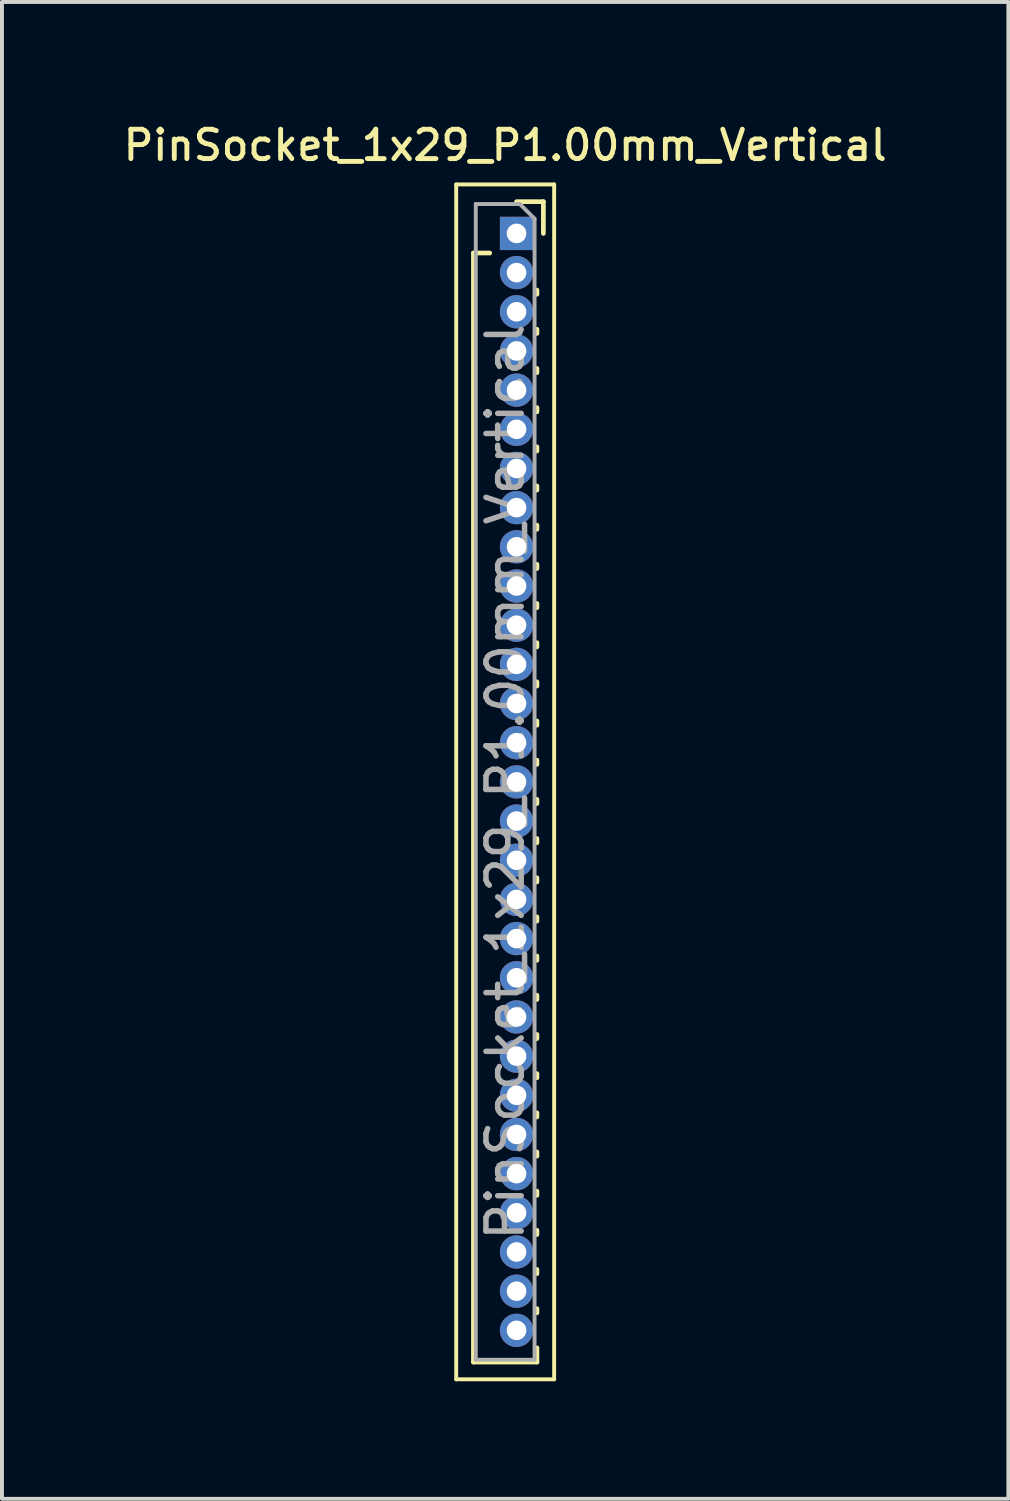
<source format=kicad_pcb>
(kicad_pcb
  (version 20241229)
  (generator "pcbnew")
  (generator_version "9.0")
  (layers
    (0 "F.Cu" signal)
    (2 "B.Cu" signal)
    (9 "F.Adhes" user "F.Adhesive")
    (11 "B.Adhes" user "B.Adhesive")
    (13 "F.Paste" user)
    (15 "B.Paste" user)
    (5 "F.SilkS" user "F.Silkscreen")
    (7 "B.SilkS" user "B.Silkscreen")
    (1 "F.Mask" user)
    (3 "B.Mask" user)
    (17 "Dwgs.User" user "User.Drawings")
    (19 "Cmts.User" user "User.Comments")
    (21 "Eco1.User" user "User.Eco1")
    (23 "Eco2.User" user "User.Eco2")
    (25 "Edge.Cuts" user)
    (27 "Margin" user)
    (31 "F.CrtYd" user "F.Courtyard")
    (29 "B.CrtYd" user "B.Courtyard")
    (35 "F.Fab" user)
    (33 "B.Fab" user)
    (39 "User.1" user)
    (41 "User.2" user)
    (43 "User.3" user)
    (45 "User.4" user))
  (footprint "PinSocket_1x29_P1.00mm_Vertical"
    (layer "F.Cu")
    (at 10.135 2.908)
    (property "Reference" "PinSocket_1x29_P1.00mm_Vertical" (at -0.29 -2.25 0) (layer "F.SilkS") (effects (font (size 0.75 0.75) (thickness 0.125))))
    (attr through_hole)
    (fp_line (start -1.54 -1.25) (end 0.96 -1.25) (stroke (width 0.1) (type solid)) (layer "F.SilkS"))
    (fp_line (start -1.54 29.25) (end -1.54 -1.25) (stroke (width 0.1) (type solid)) (layer "F.SilkS"))
    (fp_line (start -1.1 0.5) (end -1.1 28.81) (stroke (width 0.12) (type solid)) (layer "F.SilkS"))
    (fp_line (start -1.1 0.5) (end -0.685 0.5) (stroke (width 0.12) (type solid)) (layer "F.SilkS"))
    (fp_line (start -1.1 28.81) (end 0.52 28.81) (stroke (width 0.12) (type solid)) (layer "F.SilkS"))
    (fp_line (start 0 -0.81) (end 0.685 -0.81) (stroke (width 0.12) (type solid)) (layer "F.SilkS"))
    (fp_line (start 0.52 1.446) (end 0.52 1.554) (stroke (width 0.12) (type solid)) (layer "F.SilkS"))
    (fp_line (start 0.52 2.446) (end 0.52 2.554) (stroke (width 0.12) (type solid)) (layer "F.SilkS"))
    (fp_line (start 0.52 3.446) (end 0.52 3.554) (stroke (width 0.12) (type solid)) (layer "F.SilkS"))
    (fp_line (start 0.52 4.446) (end 0.52 4.554) (stroke (width 0.12) (type solid)) (layer "F.SilkS"))
    (fp_line (start 0.52 5.446) (end 0.52 5.554) (stroke (width 0.12) (type solid)) (layer "F.SilkS"))
    (fp_line (start 0.52 6.446) (end 0.52 6.554) (stroke (width 0.12) (type solid)) (layer "F.SilkS"))
    (fp_line (start 0.52 7.446) (end 0.52 7.554) (stroke (width 0.12) (type solid)) (layer "F.SilkS"))
    (fp_line (start 0.52 8.446) (end 0.52 8.554) (stroke (width 0.12) (type solid)) (layer "F.SilkS"))
    (fp_line (start 0.52 9.446) (end 0.52 9.554) (stroke (width 0.12) (type solid)) (layer "F.SilkS"))
    (fp_line (start 0.52 10.446) (end 0.52 10.554) (stroke (width 0.12) (type solid)) (layer "F.SilkS"))
    (fp_line (start 0.52 11.446) (end 0.52 11.554) (stroke (width 0.12) (type solid)) (layer "F.SilkS"))
    (fp_line (start 0.52 12.446) (end 0.52 12.554) (stroke (width 0.12) (type solid)) (layer "F.SilkS"))
    (fp_line (start 0.52 13.446) (end 0.52 13.554) (stroke (width 0.12) (type solid)) (layer "F.SilkS"))
    (fp_line (start 0.52 14.446) (end 0.52 14.554) (stroke (width 0.12) (type solid)) (layer "F.SilkS"))
    (fp_line (start 0.52 15.446) (end 0.52 15.554) (stroke (width 0.12) (type solid)) (layer "F.SilkS"))
    (fp_line (start 0.52 16.446) (end 0.52 16.554) (stroke (width 0.12) (type solid)) (layer "F.SilkS"))
    (fp_line (start 0.52 17.446) (end 0.52 17.554) (stroke (width 0.12) (type solid)) (layer "F.SilkS"))
    (fp_line (start 0.52 18.446) (end 0.52 18.554) (stroke (width 0.12) (type solid)) (layer "F.SilkS"))
    (fp_line (start 0.52 19.446) (end 0.52 19.554) (stroke (width 0.12) (type solid)) (layer "F.SilkS"))
    (fp_line (start 0.52 20.446) (end 0.52 20.554) (stroke (width 0.12) (type solid)) (layer "F.SilkS"))
    (fp_line (start 0.52 21.446) (end 0.52 21.554) (stroke (width 0.12) (type solid)) (layer "F.SilkS"))
    (fp_line (start 0.52 22.446) (end 0.52 22.554) (stroke (width 0.12) (type solid)) (layer "F.SilkS"))
    (fp_line (start 0.52 23.446) (end 0.52 23.554) (stroke (width 0.12) (type solid)) (layer "F.SilkS"))
    (fp_line (start 0.52 24.446) (end 0.52 24.554) (stroke (width 0.12) (type solid)) (layer "F.SilkS"))
    (fp_line (start 0.52 25.446) (end 0.52 25.554) (stroke (width 0.12) (type solid)) (layer "F.SilkS"))
    (fp_line (start 0.52 26.446) (end 0.52 26.554) (stroke (width 0.12) (type solid)) (layer "F.SilkS"))
    (fp_line (start 0.52 27.446) (end 0.52 27.554) (stroke (width 0.12) (type solid)) (layer "F.SilkS"))
    (fp_line (start 0.52 28.446) (end 0.52 28.81) (stroke (width 0.12) (type solid)) (layer "F.SilkS"))
    (fp_line (start 0.685 -0.81) (end 0.685 0) (stroke (width 0.12) (type solid)) (layer "F.SilkS"))
    (fp_line (start 0.96 -1.25) (end 0.96 29.25) (stroke (width 0.1) (type solid)) (layer "F.SilkS"))
    (fp_line (start 0.96 29.25) (end -1.54 29.25) (stroke (width 0.1) (type solid)) (layer "F.SilkS"))
    (fp_line (start -1.04 -0.75) (end 0.085 -0.75) (stroke (width 0.1) (type solid)) (layer "F.Fab"))
    (fp_line (start -1.04 28.75) (end -1.04 -0.75) (stroke (width 0.1) (type solid)) (layer "F.Fab"))
    (fp_line (start 0.085 -0.75) (end 0.46 -0.375) (stroke (width 0.1) (type solid)) (layer "F.Fab"))
    (fp_line (start 0.46 -0.375) (end 0.46 28.75) (stroke (width 0.1) (type solid)) (layer "F.Fab"))
    (fp_line (start 0.46 28.75) (end -1.04 28.75) (stroke (width 0.1) (type solid)) (layer "F.Fab"))
    (fp_text user "${REFERENCE}" (at -0.29 14 90) (layer "F.Fab") (effects (font (size 0.9 0.9) (thickness 0.14))))
    (pad "1" thru_hole rect (at 0 0) (size 0.85 0.85) (drill 0.5) (layers "*.Cu" "*.Mask"))
    (pad "2" thru_hole oval (at 0 1) (size 0.85 0.85) (drill 0.5) (layers "*.Cu" "*.Mask"))
    (pad "3" thru_hole oval (at 0 2) (size 0.85 0.85) (drill 0.5) (layers "*.Cu" "*.Mask"))
    (pad "4" thru_hole oval (at 0 3) (size 0.85 0.85) (drill 0.5) (layers "*.Cu" "*.Mask"))
    (pad "5" thru_hole oval (at 0 4) (size 0.85 0.85) (drill 0.5) (layers "*.Cu" "*.Mask"))
    (pad "6" thru_hole oval (at 0 5) (size 0.85 0.85) (drill 0.5) (layers "*.Cu" "*.Mask"))
    (pad "7" thru_hole oval (at 0 6) (size 0.85 0.85) (drill 0.5) (layers "*.Cu" "*.Mask"))
    (pad "8" thru_hole oval (at 0 7) (size 0.85 0.85) (drill 0.5) (layers "*.Cu" "*.Mask"))
    (pad "9" thru_hole oval (at 0 8) (size 0.85 0.85) (drill 0.5) (layers "*.Cu" "*.Mask"))
    (pad "10" thru_hole oval (at 0 9) (size 0.85 0.85) (drill 0.5) (layers "*.Cu" "*.Mask"))
    (pad "11" thru_hole oval (at 0 10) (size 0.85 0.85) (drill 0.5) (layers "*.Cu" "*.Mask"))
    (pad "12" thru_hole oval (at 0 11) (size 0.85 0.85) (drill 0.5) (layers "*.Cu" "*.Mask"))
    (pad "13" thru_hole oval (at 0 12) (size 0.85 0.85) (drill 0.5) (layers "*.Cu" "*.Mask"))
    (pad "14" thru_hole oval (at 0 13) (size 0.85 0.85) (drill 0.5) (layers "*.Cu" "*.Mask"))
    (pad "15" thru_hole oval (at 0 14) (size 0.85 0.85) (drill 0.5) (layers "*.Cu" "*.Mask"))
    (pad "16" thru_hole oval (at 0 15) (size 0.85 0.85) (drill 0.5) (layers "*.Cu" "*.Mask"))
    (pad "17" thru_hole oval (at 0 16) (size 0.85 0.85) (drill 0.5) (layers "*.Cu" "*.Mask"))
    (pad "18" thru_hole oval (at 0 17) (size 0.85 0.85) (drill 0.5) (layers "*.Cu" "*.Mask"))
    (pad "19" thru_hole oval (at 0 18) (size 0.85 0.85) (drill 0.5) (layers "*.Cu" "*.Mask"))
    (pad "20" thru_hole oval (at 0 19) (size 0.85 0.85) (drill 0.5) (layers "*.Cu" "*.Mask"))
    (pad "21" thru_hole oval (at 0 20) (size 0.85 0.85) (drill 0.5) (layers "*.Cu" "*.Mask"))
    (pad "22" thru_hole oval (at 0 21) (size 0.85 0.85) (drill 0.5) (layers "*.Cu" "*.Mask"))
    (pad "23" thru_hole oval (at 0 22) (size 0.85 0.85) (drill 0.5) (layers "*.Cu" "*.Mask"))
    (pad "24" thru_hole oval (at 0 23) (size 0.85 0.85) (drill 0.5) (layers "*.Cu" "*.Mask"))
    (pad "25" thru_hole oval (at 0 24) (size 0.85 0.85) (drill 0.5) (layers "*.Cu" "*.Mask"))
    (pad "26" thru_hole oval (at 0 25) (size 0.85 0.85) (drill 0.5) (layers "*.Cu" "*.Mask"))
    (pad "27" thru_hole oval (at 0 26) (size 0.85 0.85) (drill 0.5) (layers "*.Cu" "*.Mask"))
    (pad "28" thru_hole oval (at 0 27) (size 0.85 0.85) (drill 0.5) (layers "*.Cu" "*.Mask"))
    (pad "29" thru_hole oval (at 0 28) (size 0.85 0.85) (drill 0.5) (layers "*.Cu" "*.Mask")))
  (gr_rect
    (start -3 -3)
    (end 22.689 35.208)
    (stroke (width 0.1) (type default))
    (fill no)
    (layer "Edge.Cuts")))
</source>
